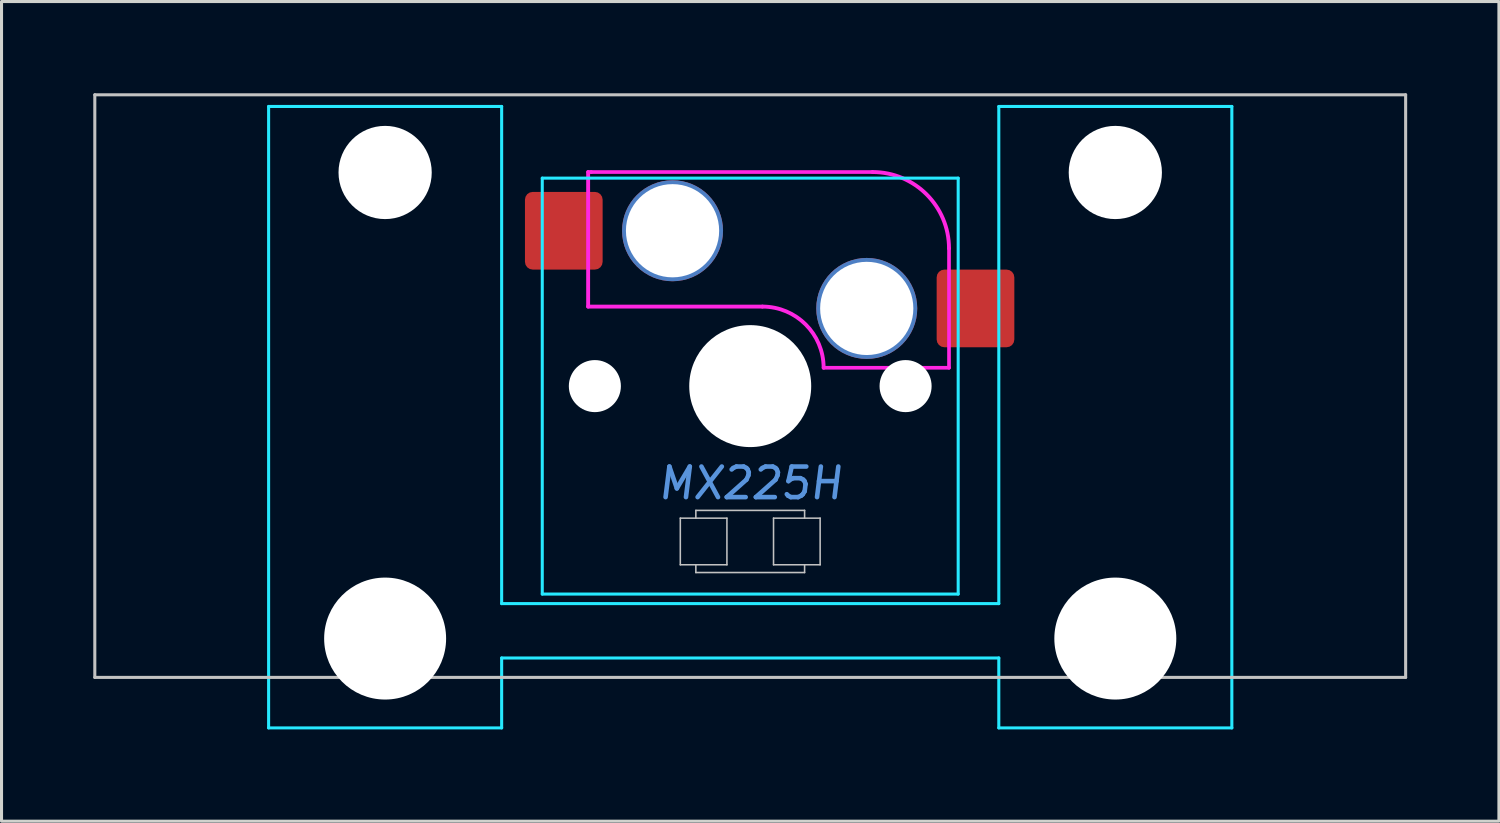
<source format=kicad_pcb>
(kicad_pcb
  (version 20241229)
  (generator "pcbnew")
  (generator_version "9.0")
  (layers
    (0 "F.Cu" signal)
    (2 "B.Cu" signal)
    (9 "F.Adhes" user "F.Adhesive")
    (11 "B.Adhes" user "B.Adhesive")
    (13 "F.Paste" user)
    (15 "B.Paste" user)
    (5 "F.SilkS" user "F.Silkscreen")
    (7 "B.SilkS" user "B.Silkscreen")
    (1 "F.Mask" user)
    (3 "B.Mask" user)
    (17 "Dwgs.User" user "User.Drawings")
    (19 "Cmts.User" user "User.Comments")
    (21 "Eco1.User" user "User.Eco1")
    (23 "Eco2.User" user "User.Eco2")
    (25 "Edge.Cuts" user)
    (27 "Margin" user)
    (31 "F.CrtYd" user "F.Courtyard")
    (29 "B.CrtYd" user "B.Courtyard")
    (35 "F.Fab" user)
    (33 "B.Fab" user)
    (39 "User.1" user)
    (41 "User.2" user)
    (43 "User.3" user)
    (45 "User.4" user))
  (footprint "MX225H"
    (layer "F.Cu")
    (at 18.941 4.495)
    (property "Reference" "MX225H" (at 2.54 8.255 0) (layer "Cmts.User") (effects (font (size 1 1) (thickness 0.15) (italic yes))))
    (attr smd)
    (fp_line (start -18.891 -4.445) (end -18.891 14.605) (stroke (width 0.1) (type solid)) (layer "Dwgs.User"))
    (fp_line (start -18.891 -4.445) (end 23.971 -4.445) (stroke (width 0.1) (type solid)) (layer "Dwgs.User"))
    (fp_line (start -18.891 14.605) (end 23.971 14.605) (stroke (width 0.1) (type solid)) (layer "Dwgs.User"))
    (fp_line (start 0.254 9.398) (end 1.778 9.398) (stroke (width 0.051) (type solid)) (layer "Dwgs.User"))
    (fp_line (start 0.254 10.922) (end 0.254 9.398) (stroke (width 0.051) (type solid)) (layer "Dwgs.User"))
    (fp_line (start 0.762 9.144) (end 4.318 9.144) (stroke (width 0.051) (type solid)) (layer "Dwgs.User"))
    (fp_line (start 0.762 9.398) (end 0.762 9.144) (stroke (width 0.051) (type solid)) (layer "Dwgs.User"))
    (fp_line (start 0.762 11.176) (end 0.762 10.922) (stroke (width 0.051) (type solid)) (layer "Dwgs.User"))
    (fp_line (start 1.778 9.398) (end 1.778 10.922) (stroke (width 0.051) (type solid)) (layer "Dwgs.User"))
    (fp_line (start 1.778 10.922) (end 0.254 10.922) (stroke (width 0.051) (type solid)) (layer "Dwgs.User"))
    (fp_line (start 3.302 9.398) (end 4.826 9.398) (stroke (width 0.051) (type solid)) (layer "Dwgs.User"))
    (fp_line (start 3.302 10.922) (end 3.302 9.398) (stroke (width 0.051) (type solid)) (layer "Dwgs.User"))
    (fp_line (start 4.318 9.144) (end 4.318 9.398) (stroke (width 0.051) (type solid)) (layer "Dwgs.User"))
    (fp_line (start 4.318 10.922) (end 4.318 11.176) (stroke (width 0.051) (type solid)) (layer "Dwgs.User"))
    (fp_line (start 4.318 11.176) (end 0.762 11.176) (stroke (width 0.051) (type solid)) (layer "Dwgs.User"))
    (fp_line (start 4.826 9.398) (end 4.826 10.922) (stroke (width 0.051) (type solid)) (layer "Dwgs.User"))
    (fp_line (start 4.826 10.922) (end 3.302 10.922) (stroke (width 0.051) (type solid)) (layer "Dwgs.User"))
    (fp_line (start 23.971 -4.445) (end 23.971 14.605) (stroke (width 0.1) (type solid)) (layer "Dwgs.User"))
    (fp_line (start -12.898 -0.405) (end -12.898 13.595) (stroke (width 0.1) (type solid)) (layer "Eco1.User"))
    (fp_line (start -12.398 -0.905) (end -6.398 -0.905) (stroke (width 0.1) (type solid)) (layer "Eco1.User"))
    (fp_line (start -6.398 14.095) (end -12.398 14.095) (stroke (width 0.1) (type solid)) (layer "Eco1.User"))
    (fp_line (start -5.898 13.595) (end -5.898 -0.405) (stroke (width 0.1) (type solid)) (layer "Eco1.User"))
    (fp_line (start -4.46 -1.42) (end -4.46 11.58) (stroke (width 0.1) (type solid)) (layer "Eco1.User"))
    (fp_line (start -3.96 12.08) (end 9.04 12.08) (stroke (width 0.1) (type solid)) (layer "Eco1.User"))
    (fp_line (start 9.04 -1.92) (end -3.96 -1.92) (stroke (width 0.1) (type solid)) (layer "Eco1.User"))
    (fp_line (start 9.54 11.58) (end 9.54 -1.42) (stroke (width 0.1) (type solid)) (layer "Eco1.User"))
    (fp_line (start 10.978 -0.405) (end 10.978 13.595) (stroke (width 0.1) (type solid)) (layer "Eco1.User"))
    (fp_line (start 11.478 -0.905) (end 17.478 -0.905) (stroke (width 0.1) (type solid)) (layer "Eco1.User"))
    (fp_line (start 17.478 14.095) (end 11.478 14.095) (stroke (width 0.1) (type solid)) (layer "Eco1.User"))
    (fp_line (start 17.978 13.595) (end 17.978 -0.405) (stroke (width 0.1) (type solid)) (layer "Eco1.User"))
    (fp_arc (start -12.898 -0.405) (mid -12.751553 -0.758553) (end -12.398 -0.905) (stroke (width 0.1) (type solid)) (layer "Eco1.User"))
    (fp_arc (start -12.398 14.095) (mid -12.751553 13.948553) (end -12.898 13.595) (stroke (width 0.1) (type solid)) (layer "Eco1.User"))
    (fp_arc (start -6.398 -0.905) (mid -6.044447 -0.758553) (end -5.898 -0.405) (stroke (width 0.1) (type solid)) (layer "Eco1.User"))
    (fp_arc (start -5.898 13.595) (mid -6.044447 13.948553) (end -6.398 14.095) (stroke (width 0.1) (type solid)) (layer "Eco1.User"))
    (fp_arc (start -4.46 -1.42) (mid -4.313553 -1.773553) (end -3.96 -1.92) (stroke (width 0.1) (type solid)) (layer "Eco1.User"))
    (fp_arc (start -3.96 12.08) (mid -4.313553 11.933553) (end -4.46 11.58) (stroke (width 0.1) (type solid)) (layer "Eco1.User"))
    (fp_arc (start 9.04 -1.92) (mid 9.393553 -1.773553) (end 9.54 -1.42) (stroke (width 0.1) (type solid)) (layer "Eco1.User"))
    (fp_arc (start 9.54 11.58) (mid 9.393553 11.933553) (end 9.04 12.08) (stroke (width 0.1) (type solid)) (layer "Eco1.User"))
    (fp_arc (start 10.978 -0.405) (mid 11.124447 -0.758553) (end 11.478 -0.905) (stroke (width 0.1) (type solid)) (layer "Eco1.User"))
    (fp_arc (start 11.478 14.095) (mid 11.124447 13.948553) (end 10.978 13.595) (stroke (width 0.1) (type solid)) (layer "Eco1.User"))
    (fp_arc (start 17.478 -0.905) (mid 17.831553 -0.758553) (end 17.978 -0.405) (stroke (width 0.1) (type solid)) (layer "Eco1.User"))
    (fp_arc (start 17.978 13.595) (mid 17.831553 13.948553) (end 17.478 14.095) (stroke (width 0.1) (type solid)) (layer "Eco1.User"))
    (fp_line (start -13.208 -4.064) (end -13.208 16.256) (stroke (width 0.1) (type solid)) (layer "B.CrtYd"))
    (fp_line (start -13.208 16.256) (end -5.588 16.256) (stroke (width 0.1) (type solid)) (layer "B.CrtYd"))
    (fp_line (start -5.588 -4.064) (end -13.208 -4.064) (stroke (width 0.1) (type solid)) (layer "B.CrtYd"))
    (fp_line (start -5.588 12.192) (end -5.588 -4.064) (stroke (width 0.1) (type solid)) (layer "B.CrtYd"))
    (fp_line (start -5.588 12.192) (end 10.668 12.192) (stroke (width 0.1) (type solid)) (layer "B.CrtYd"))
    (fp_line (start -5.588 13.97) (end -5.588 16.256) (stroke (width 0.1) (type solid)) (layer "B.CrtYd"))
    (fp_line (start -5.588 13.97) (end 10.668 13.97) (stroke (width 0.1) (type solid)) (layer "B.CrtYd"))
    (fp_line (start -4.26 -1.72) (end -4.26 11.88) (stroke (width 0.1) (type solid)) (layer "B.CrtYd"))
    (fp_line (start 9.34 -1.72) (end -4.26 -1.72) (stroke (width 0.1) (type solid)) (layer "B.CrtYd"))
    (fp_line (start 9.34 -1.72) (end 9.34 11.88) (stroke (width 0.1) (type solid)) (layer "B.CrtYd"))
    (fp_line (start 9.34 11.88) (end -4.26 11.88) (stroke (width 0.1) (type solid)) (layer "B.CrtYd"))
    (fp_line (start 10.668 -4.064) (end 18.288 -4.064) (stroke (width 0.1) (type solid)) (layer "B.CrtYd"))
    (fp_line (start 10.668 12.192) (end 10.668 -4.062) (stroke (width 0.1) (type solid)) (layer "B.CrtYd"))
    (fp_line (start 10.668 13.97) (end 10.668 16.256) (stroke (width 0.1) (type solid)) (layer "B.CrtYd"))
    (fp_line (start 18.288 16.256) (end 10.668 16.256) (stroke (width 0.1) (type solid)) (layer "B.CrtYd"))
    (fp_line (start 18.288 16.256) (end 18.288 -4.064) (stroke (width 0.1) (type solid)) (layer "B.CrtYd"))
    (fp_line (start -2.76 -1.92) (end -2.76 2.48) (stroke (width 0.127) (type solid)) (layer "F.CrtYd"))
    (fp_line (start -2.66 -1.92) (end -2.76 -1.92) (stroke (width 0.12) (type solid)) (layer "F.CrtYd"))
    (fp_line (start 2.94 2.48) (end -2.76 2.48) (stroke (width 0.127) (type solid)) (layer "F.CrtYd"))
    (fp_line (start 6.54 -1.92) (end -2.66 -1.92) (stroke (width 0.12) (type solid)) (layer "F.CrtYd"))
    (fp_line (start 9.04 0.58) (end 9.04 4.48) (stroke (width 0.12) (type solid)) (layer "F.CrtYd"))
    (fp_line (start 9.04 4.48) (end 4.94 4.48) (stroke (width 0.12) (type solid)) (layer "F.CrtYd"))
    (fp_arc (start 2.94 2.48) (mid 4.354214 3.065786) (end 4.94 4.48) (stroke (width 0.127) (type solid)) (layer "F.CrtYd"))
    (fp_arc (start 6.54 -1.92) (mid 8.307767 -1.187767) (end 9.04 0.58) (stroke (width 0.127) (type solid)) (layer "F.CrtYd"))
    (pad "" np_thru_hole circle (at -9.398 -1.905) (size 3.048 3.048) (drill 3.048) (layers "*.Cu" "*.Mask"))
    (pad "" np_thru_hole circle (at -9.398 13.335) (size 3.988 3.988) (drill 3.988) (layers "*.Cu" "*.Mask"))
    (pad "" np_thru_hole circle (at -2.54 5.08) (size 1.702 1.702) (drill 1.702) (layers "*.Cu" "*.Mask"))
    (pad "" np_thru_hole circle (at 0 0) (size 3.302 3.302) (drill 3.048) (layers "*.Cu" "*.Mask"))
    (pad "" np_thru_hole circle (at 2.54 5.08) (size 3.988 3.988) (drill 3.988) (layers "*.Cu" "*.Mask"))
    (pad "" np_thru_hole circle (at 6.35 2.54) (size 3.302 3.302) (drill 3.048) (layers "*.Cu" "*.Mask"))
    (pad "" np_thru_hole circle (at 7.62 5.08) (size 1.702 1.702) (drill 1.702) (layers "*.Cu" "*.Mask"))
    (pad "" np_thru_hole circle (at 14.478 -1.905) (size 3.048 3.048) (drill 3.048) (layers "*.Cu" "*.Mask"))
    (pad "" np_thru_hole circle (at 14.478 13.335) (size 3.988 3.988) (drill 3.988) (layers "*.Cu" "*.Mask"))
    (pad "1" smd roundrect (at -3.556 0) (size 2.54 2.54) (layers "F.Cu" "F.Mask") (roundrect_rratio 0.1))
    (pad "2" smd roundrect (at 9.906 2.54) (size 2.54 2.54) (layers "F.Cu" "F.Mask") (roundrect_rratio 0.1)))
  (gr_rect
    (start -3 -3)
    (end 45.962 23.801)
    (stroke (width 0.1) (type default))
    (fill no)
    (layer "Edge.Cuts")))
</source>
